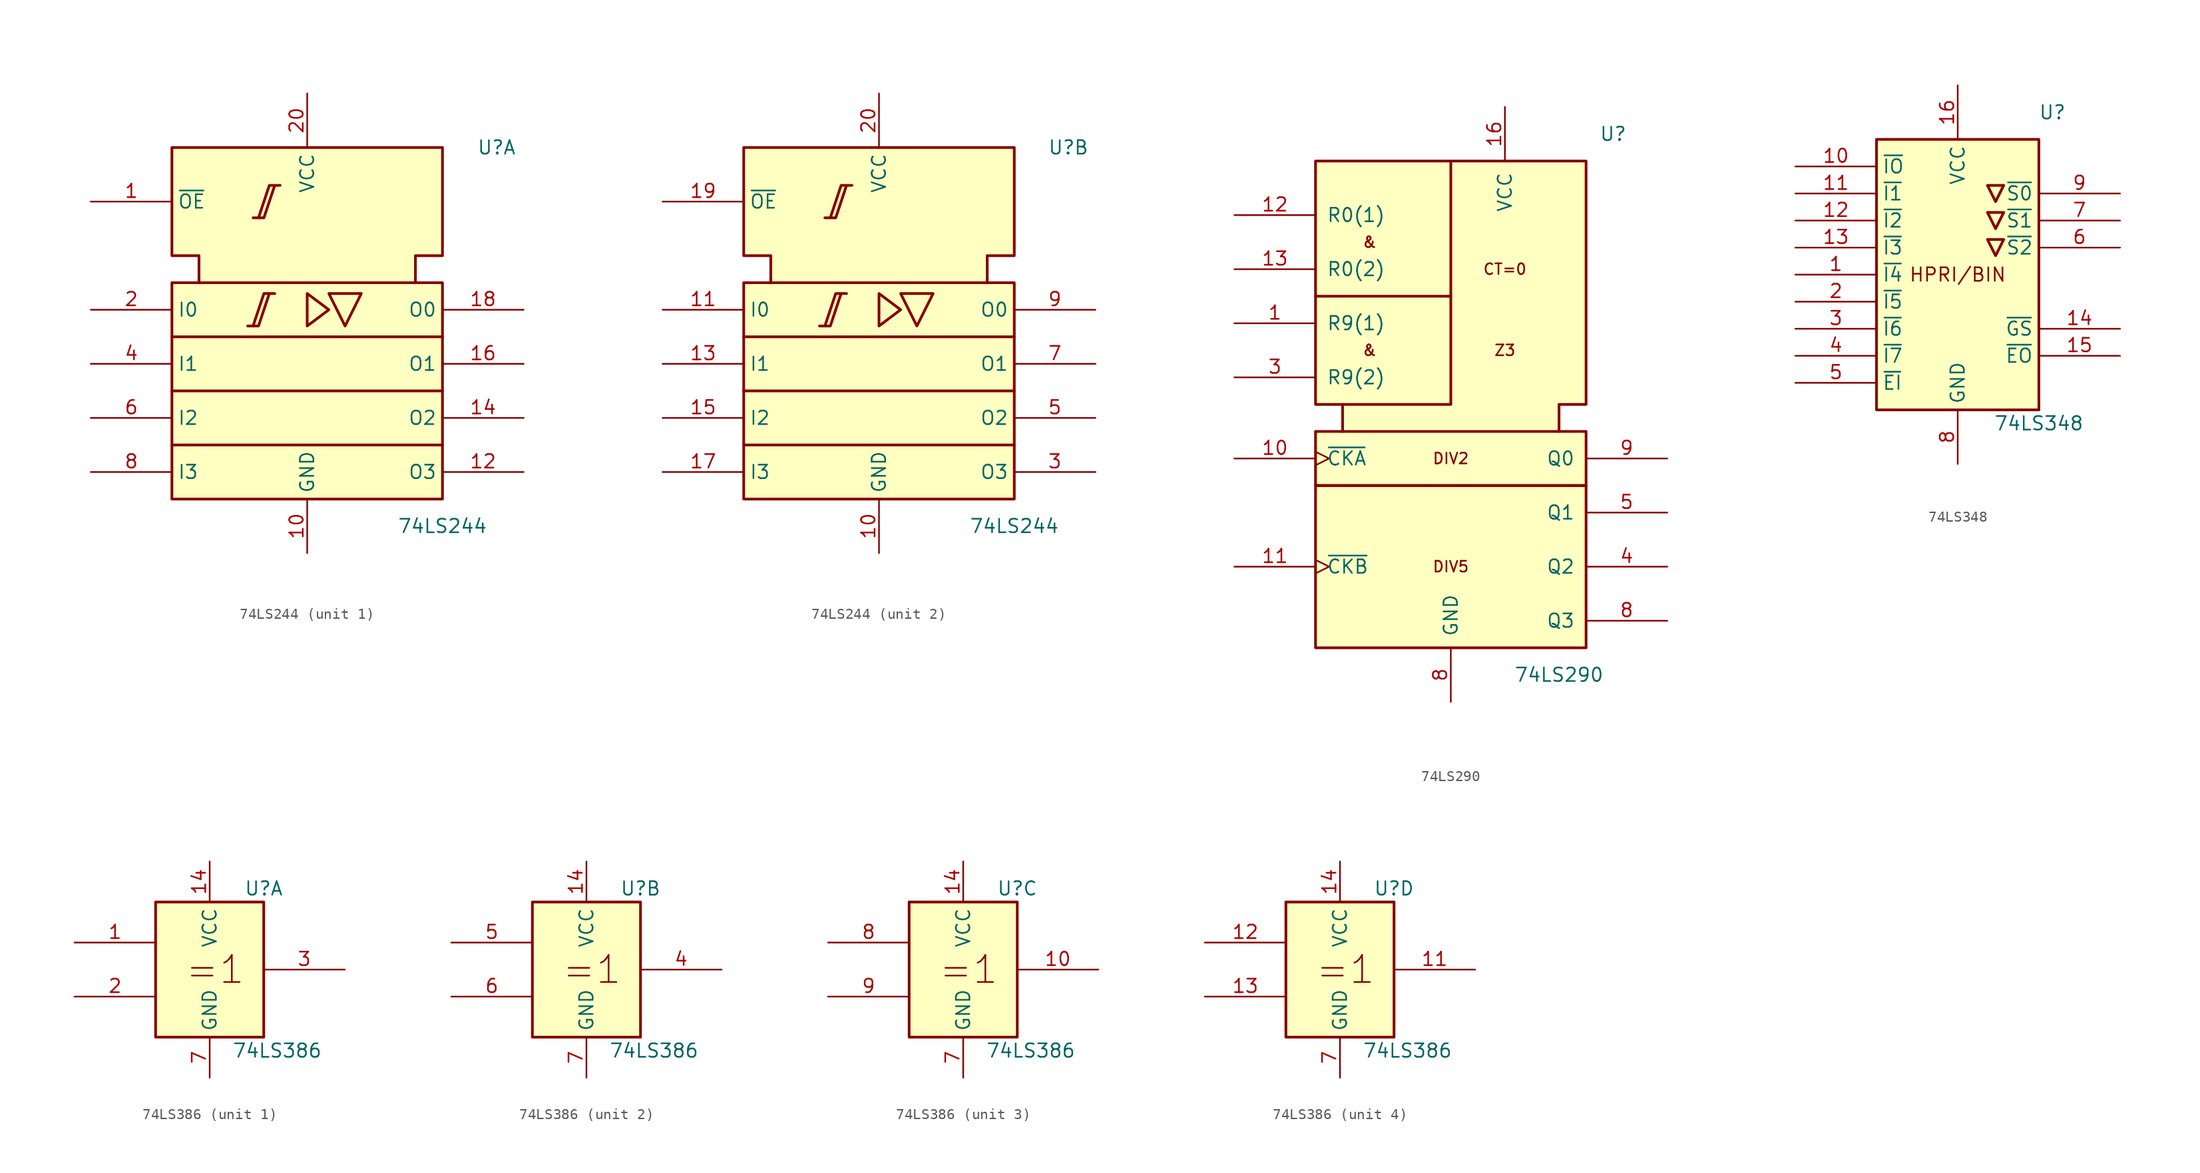
<source format=kicad_sym>
(kicad_symbol_lib
  (version 20231120)
  (generator "kicad_symbol_editor")
  (generator_version "8.0")
  (symbol "74LS244"
    (property "Reference" "U"
      (at 17.78 20.32 0)
      (effects (font (size 1.27 1.27))))
    (property "Value" "74LS244"
      (at 12.7 -15.24 0)
      (effects (font (size 1.27 1.27))))
    (symbol "74LS244_0_0"
      (polyline (pts (xy 2.032 6.604) (xy 5.08 6.604) (xy 3.556 3.556) (xy 2.032 6.604) (xy 2.032 6.604)) (stroke (width 0.254) (type default)) (fill (type background)))
      (pin power_in line (at 0 -17.78 90) (length 5.08) (name "GND" (effects (font (size 1.27 1.27)))) (number "10" (effects (font (size 1.27 1.27)))))
      (pin power_in line (at 0 25.4 270) (length 5.08) (name "VCC" (effects (font (size 1.27 1.27)))) (number "20" (effects (font (size 1.27 1.27))))))
    (symbol "74LS244_0_1"
      (rectangle (start -12.7 7.62) (end 12.7 -12.7) (stroke (width 0.254) (type default)) (fill (type background)))
      (polyline (pts (xy -12.7 -2.54) (xy 12.7 -2.54) (xy 12.7 -2.54)) (stroke (width 0.254) (type default)) (fill (type background)))
      (polyline (pts (xy 12.7 -7.62) (xy -12.7 -7.62) (xy -12.7 -7.62)) (stroke (width 0.254) (type default)) (fill (type background)))
      (polyline (pts (xy 12.7 2.54) (xy -12.7 2.54) (xy -12.7 2.54)) (stroke (width 0.254) (type default)) (fill (type background)))
      (polyline (pts (xy 0 6.604) (xy 0 3.556) (xy 2.032 5.08) (xy 0 6.604) (xy 0 6.604)) (stroke (width 0.254) (type default)) (fill (type background)))
      (polyline (pts (xy -5.588 3.556) (xy -4.572 3.556) (xy -3.556 6.604) (xy -3.048 6.604) (xy -4.064 6.604) (xy -5.08 3.556) (xy -5.08 3.556)) (stroke (width 0.254) (type default)) (fill (type background)))
      (polyline (pts (xy -5.08 13.716) (xy -4.064 13.716) (xy -3.048 16.764) (xy -2.54 16.764) (xy -3.556 16.764) (xy -4.572 13.716) (xy -4.572 13.716)) (stroke (width 0.254) (type default)) (fill (type background)))
      (polyline (pts (xy -10.16 7.62) (xy -10.16 10.16) (xy -12.7 10.16) (xy -12.7 20.32) (xy 12.7 20.32) (xy 12.7 10.16) (xy 10.16 10.16) (xy 10.16 7.62) (xy 10.16 7.62)) (stroke (width 0.254) (type default)) (fill (type background))))
    (symbol "74LS244_1_1"
      (pin input line (at -20.32 15.24 0) (length 7.62) (name "~{OE}" (effects (font (size 1.27 1.27)))) (number "1" (effects (font (size 1.27 1.27)))))
      (pin tri_state line (at 20.32 -10.16 180) (length 7.62) (name "O3" (effects (font (size 1.27 1.27)))) (number "12" (effects (font (size 1.27 1.27)))))
      (pin tri_state line (at 20.32 -5.08 180) (length 7.62) (name "O2" (effects (font (size 1.27 1.27)))) (number "14" (effects (font (size 1.27 1.27)))))
      (pin tri_state line (at 20.32 0 180) (length 7.62) (name "O1" (effects (font (size 1.27 1.27)))) (number "16" (effects (font (size 1.27 1.27)))))
      (pin tri_state line (at 20.32 5.08 180) (length 7.62) (name "O0" (effects (font (size 1.27 1.27)))) (number "18" (effects (font (size 1.27 1.27)))))
      (pin input line (at -20.32 5.08 0) (length 7.62) (name "I0" (effects (font (size 1.27 1.27)))) (number "2" (effects (font (size 1.27 1.27)))))
      (pin input line (at -20.32 0 0) (length 7.62) (name "I1" (effects (font (size 1.27 1.27)))) (number "4" (effects (font (size 1.27 1.27)))))
      (pin input line (at -20.32 -5.08 0) (length 7.62) (name "I2" (effects (font (size 1.27 1.27)))) (number "6" (effects (font (size 1.27 1.27)))))
      (pin input line (at -20.32 -10.16 0) (length 7.62) (name "I3" (effects (font (size 1.27 1.27)))) (number "8" (effects (font (size 1.27 1.27))))))
    (symbol "74LS244_2_1"
      (pin input line (at -20.32 5.08 0) (length 7.62) (name "I0" (effects (font (size 1.27 1.27)))) (number "11" (effects (font (size 1.27 1.27)))))
      (pin input line (at -20.32 0 0) (length 7.62) (name "I1" (effects (font (size 1.27 1.27)))) (number "13" (effects (font (size 1.27 1.27)))))
      (pin input line (at -20.32 -5.08 0) (length 7.62) (name "I2" (effects (font (size 1.27 1.27)))) (number "15" (effects (font (size 1.27 1.27)))))
      (pin input line (at -20.32 -10.16 0) (length 7.62) (name "I3" (effects (font (size 1.27 1.27)))) (number "17" (effects (font (size 1.27 1.27)))))
      (pin input line (at -20.32 15.24 0) (length 7.62) (name "~{OE}" (effects (font (size 1.27 1.27)))) (number "19" (effects (font (size 1.27 1.27)))))
      (pin tri_state line (at 20.32 -10.16 180) (length 7.62) (name "O3" (effects (font (size 1.27 1.27)))) (number "3" (effects (font (size 1.27 1.27)))))
      (pin tri_state line (at 20.32 -5.08 180) (length 7.62) (name "O2" (effects (font (size 1.27 1.27)))) (number "5" (effects (font (size 1.27 1.27)))))
      (pin tri_state line (at 20.32 0 180) (length 7.62) (name "O1" (effects (font (size 1.27 1.27)))) (number "7" (effects (font (size 1.27 1.27)))))
      (pin tri_state line (at 20.32 5.08 180) (length 7.62) (name "O0" (effects (font (size 1.27 1.27)))) (number "9" (effects (font (size 1.27 1.27)))))))
  (symbol "74LS290"
    (pin_names
      (offset 1.016))
    (property "Reference" "U"
      (at 15.24 25.4 0)
      (effects (font (size 1.27 1.27))))
    (property "Value" "74LS290"
      (at 10.16 -25.4 0)
      (effects (font (size 1.27 1.27))))
    (symbol "74LS290_0_0"
      (rectangle (start -12.7 -7.62) (end 12.7 -22.86) (stroke (width 0.254) (type default)) (fill (type background)))
      (rectangle (start -12.7 -2.54) (end 12.7 -7.62) (stroke (width 0.254) (type default)) (fill (type background)))
      (polyline (pts (xy 0 10.16) (xy -12.7 10.16) (xy -12.7 10.16)) (stroke (width 0.254) (type default)) (fill (type background)))
      (polyline (pts (xy 0 22.86) (xy 0 0) (xy -10.16 0) (xy -10.16 0)) (stroke (width 0.254) (type default)) (fill (type background)))
      (polyline (pts (xy -10.16 -2.54) (xy -10.16 0) (xy -12.7 0) (xy -12.7 22.86) (xy 12.7 22.86) (xy 12.7 0) (xy 10.16 0) (xy 10.16 -2.54) (xy 10.16 -2.54)) (stroke (width 0.254) (type default)) (fill (type background)))
      (text "&" (at -7.62 5.08 0) (effects (font (size 1.016 1.016))))
      (text "&" (at -7.62 15.24 0) (effects (font (size 1.016 1.016))))
      (text "CT=0" (at 5.08 12.7 0) (effects (font (size 1.016 1.016))))
      (text "DIV2" (at 0 -5.08 0) (effects (font (size 1.016 1.016))))
      (text "DIV5" (at 0 -15.24 0) (effects (font (size 1.016 1.016))))
      (text "Z3" (at 5.08 5.08 0) (effects (font (size 1.016 1.016))))
      (pin power_in line (at 5.08 27.94 270) (length 5.08) (name "VCC" (effects (font (size 1.27 1.27)))) (number "16" (effects (font (size 1.27 1.27)))))
      (pin power_in line (at 0 -27.94 90) (length 5.08) (name "GND" (effects (font (size 1.27 1.27)))) (number "8" (effects (font (size 1.27 1.27))))))
    (symbol "74LS290_1_1"
      (pin input line (at -20.32 7.62 0) (length 7.62) (name "R9(1)" (effects (font (size 1.27 1.27)))) (number "1" (effects (font (size 1.27 1.27)))))
      (pin input clock (at -20.32 -5.08 0) (length 7.62) (name "~{CKA}" (effects (font (size 1.27 1.27)))) (number "10" (effects (font (size 1.27 1.27)))))
      (pin input clock (at -20.32 -15.24 0) (length 7.62) (name "~{CKB}" (effects (font (size 1.27 1.27)))) (number "11" (effects (font (size 1.27 1.27)))))
      (pin input line (at -20.32 17.78 0) (length 7.62) (name "R0(1)" (effects (font (size 1.27 1.27)))) (number "12" (effects (font (size 1.27 1.27)))))
      (pin input line (at -20.32 12.7 0) (length 7.62) (name "R0(2)" (effects (font (size 1.27 1.27)))) (number "13" (effects (font (size 1.27 1.27)))))
      (pin input line (at -20.32 2.54 0) (length 7.62) (name "R9(2)" (effects (font (size 1.27 1.27)))) (number "3" (effects (font (size 1.27 1.27)))))
      (pin output line (at 20.32 -15.24 180) (length 7.62) (name "Q2" (effects (font (size 1.27 1.27)))) (number "4" (effects (font (size 1.27 1.27)))))
      (pin output line (at 20.32 -10.16 180) (length 7.62) (name "Q1" (effects (font (size 1.27 1.27)))) (number "5" (effects (font (size 1.27 1.27)))))
      (pin output line (at 20.32 -20.32 180) (length 7.62) (name "Q3" (effects (font (size 1.27 1.27)))) (number "8" (effects (font (size 1.27 1.27)))))
      (pin output line (at 20.32 -5.08 180) (length 7.62) (name "Q0" (effects (font (size 1.27 1.27)))) (number "9" (effects (font (size 1.27 1.27)))))))
  (symbol "74LS348"
    (property "Reference" "U"
      (at 8.89 15.24 0)
      (effects (font (size 1.27 1.27))))
    (property "Value" "74LS348"
      (at 7.62 -13.97 0)
      (effects (font (size 1.27 1.27))))
    (symbol "74LS348_0_0"
      (rectangle (start -7.62 12.7) (end 7.62 -12.7) (stroke (width 0.254) (type default)) (fill (type background)))
      (polyline (pts (xy 4.318 3.302) (xy 2.794 3.302) (xy 3.556 1.778) (xy 4.318 3.302) (xy 4.318 3.302)) (stroke (width 0.254) (type default)) (fill (type background)))
      (polyline (pts (xy 4.318 5.842) (xy 2.794 5.842) (xy 3.556 4.318) (xy 4.318 5.842) (xy 4.318 5.842)) (stroke (width 0.254) (type default)) (fill (type background)))
      (polyline (pts (xy 4.318 8.382) (xy 2.794 8.382) (xy 3.556 6.858) (xy 4.318 8.382) (xy 4.318 8.382)) (stroke (width 0.254) (type default)) (fill (type background)))
      (text "HPRI/BIN" (at 0 0 0) (effects (font (size 1.27 1.27))))
      (pin power_in line (at 0 17.78 270) (length 5.08) (name "VCC" (effects (font (size 1.27 1.27)))) (number "16" (effects (font (size 1.27 1.27)))))
      (pin power_in line (at 0 -17.78 90) (length 5.08) (name "GND" (effects (font (size 1.27 1.27)))) (number "8" (effects (font (size 1.27 1.27))))))
    (symbol "74LS348_1_1"
      (pin input line (at -15.24 0 0) (length 7.62) (name "~{I4}" (effects (font (size 1.27 1.27)))) (number "1" (effects (font (size 1.27 1.27)))))
      (pin input line (at -15.24 10.16 0) (length 7.62) (name "~{IO}" (effects (font (size 1.27 1.27)))) (number "10" (effects (font (size 1.27 1.27)))))
      (pin input line (at -15.24 7.62 0) (length 7.62) (name "~{I1}" (effects (font (size 1.27 1.27)))) (number "11" (effects (font (size 1.27 1.27)))))
      (pin input line (at -15.24 5.08 0) (length 7.62) (name "~{I2}" (effects (font (size 1.27 1.27)))) (number "12" (effects (font (size 1.27 1.27)))))
      (pin input line (at -15.24 2.54 0) (length 7.62) (name "~{I3}" (effects (font (size 1.27 1.27)))) (number "13" (effects (font (size 1.27 1.27)))))
      (pin output line (at 15.24 -5.08 180) (length 7.62) (name "~{GS}" (effects (font (size 1.27 1.27)))) (number "14" (effects (font (size 1.27 1.27)))))
      (pin output line (at 15.24 -7.62 180) (length 7.62) (name "~{EO}" (effects (font (size 1.27 1.27)))) (number "15" (effects (font (size 1.27 1.27)))))
      (pin input line (at -15.24 -2.54 0) (length 7.62) (name "~{I5}" (effects (font (size 1.27 1.27)))) (number "2" (effects (font (size 1.27 1.27)))))
      (pin input line (at -15.24 -5.08 0) (length 7.62) (name "~{I6}" (effects (font (size 1.27 1.27)))) (number "3" (effects (font (size 1.27 1.27)))))
      (pin input line (at -15.24 -7.62 0) (length 7.62) (name "~{I7}" (effects (font (size 1.27 1.27)))) (number "4" (effects (font (size 1.27 1.27)))))
      (pin input line (at -15.24 -10.16 0) (length 7.62) (name "~{EI}" (effects (font (size 1.27 1.27)))) (number "5" (effects (font (size 1.27 1.27)))))
      (pin output line (at 15.24 2.54 180) (length 7.62) (name "~{S2}" (effects (font (size 1.27 1.27)))) (number "6" (effects (font (size 1.27 1.27)))))
      (pin output line (at 15.24 5.08 180) (length 7.62) (name "~{S1}" (effects (font (size 1.27 1.27)))) (number "7" (effects (font (size 1.27 1.27)))))
      (pin output line (at 15.24 7.62 180) (length 7.62) (name "~{S0}" (effects (font (size 1.27 1.27)))) (number "9" (effects (font (size 1.27 1.27)))))))
  (symbol "74LS386"
    (property "Reference" "U"
      (at 5.08 7.62 0)
      (effects (font (size 1.27 1.27))))
    (property "Value" "74LS386"
      (at 6.35 -7.62 0)
      (effects (font (size 1.27 1.27))))
    (symbol "74LS386_0_1"
      (rectangle (start -5.08 6.35) (end 5.08 -6.35) (stroke (width 0.254) (type default)) (fill (type background)))
      (text "=1" (at 0.508 0 0) (effects (font (size 2.54 2.54))))
      (pin power_in line (at 0 10.16 270) (length 3.81) (name "VCC" (effects (font (size 1.27 1.27)))) (number "14" (effects (font (size 1.27 1.27)))))
      (pin power_in line (at 0 -10.16 90) (length 3.81) (name "GND" (effects (font (size 1.27 1.27)))) (number "7" (effects (font (size 1.27 1.27))))))
    (symbol "74LS386_1_1"
      (pin input line (at -12.7 2.54 0) (length 7.62) (name "~" (effects (font (size 1.27 1.27)))) (number "1" (effects (font (size 1.27 1.27)))))
      (pin input line (at -12.7 -2.54 0) (length 7.62) (name "~" (effects (font (size 1.27 1.27)))) (number "2" (effects (font (size 1.27 1.27)))))
      (pin output line (at 12.7 0 180) (length 7.62) (name "~" (effects (font (size 1.27 1.27)))) (number "3" (effects (font (size 1.27 1.27))))))
    (symbol "74LS386_2_1"
      (pin output line (at 12.7 0 180) (length 7.62) (name "~" (effects (font (size 1.27 1.27)))) (number "4" (effects (font (size 1.27 1.27)))))
      (pin input line (at -12.7 2.54 0) (length 7.62) (name "~" (effects (font (size 1.27 1.27)))) (number "5" (effects (font (size 1.27 1.27)))))
      (pin input line (at -12.7 -2.54 0) (length 7.62) (name "~" (effects (font (size 1.27 1.27)))) (number "6" (effects (font (size 1.27 1.27))))))
    (symbol "74LS386_3_1"
      (pin output line (at 12.7 0 180) (length 7.62) (name "~" (effects (font (size 1.27 1.27)))) (number "10" (effects (font (size 1.27 1.27)))))
      (pin input line (at -12.7 2.54 0) (length 7.62) (name "~" (effects (font (size 1.27 1.27)))) (number "8" (effects (font (size 1.27 1.27)))))
      (pin input line (at -12.7 -2.54 0) (length 7.62) (name "~" (effects (font (size 1.27 1.27)))) (number "9" (effects (font (size 1.27 1.27))))))
    (symbol "74LS386_4_1"
      (pin output line (at 12.7 0 180) (length 7.62) (name "~" (effects (font (size 1.27 1.27)))) (number "11" (effects (font (size 1.27 1.27)))))
      (pin input line (at -12.7 2.54 0) (length 7.62) (name "~" (effects (font (size 1.27 1.27)))) (number "12" (effects (font (size 1.27 1.27)))))
      (pin input line (at -12.7 -2.54 0) (length 7.62) (name "~" (effects (font (size 1.27 1.27)))) (number "13" (effects (font (size 1.27 1.27))))))))
</source>
